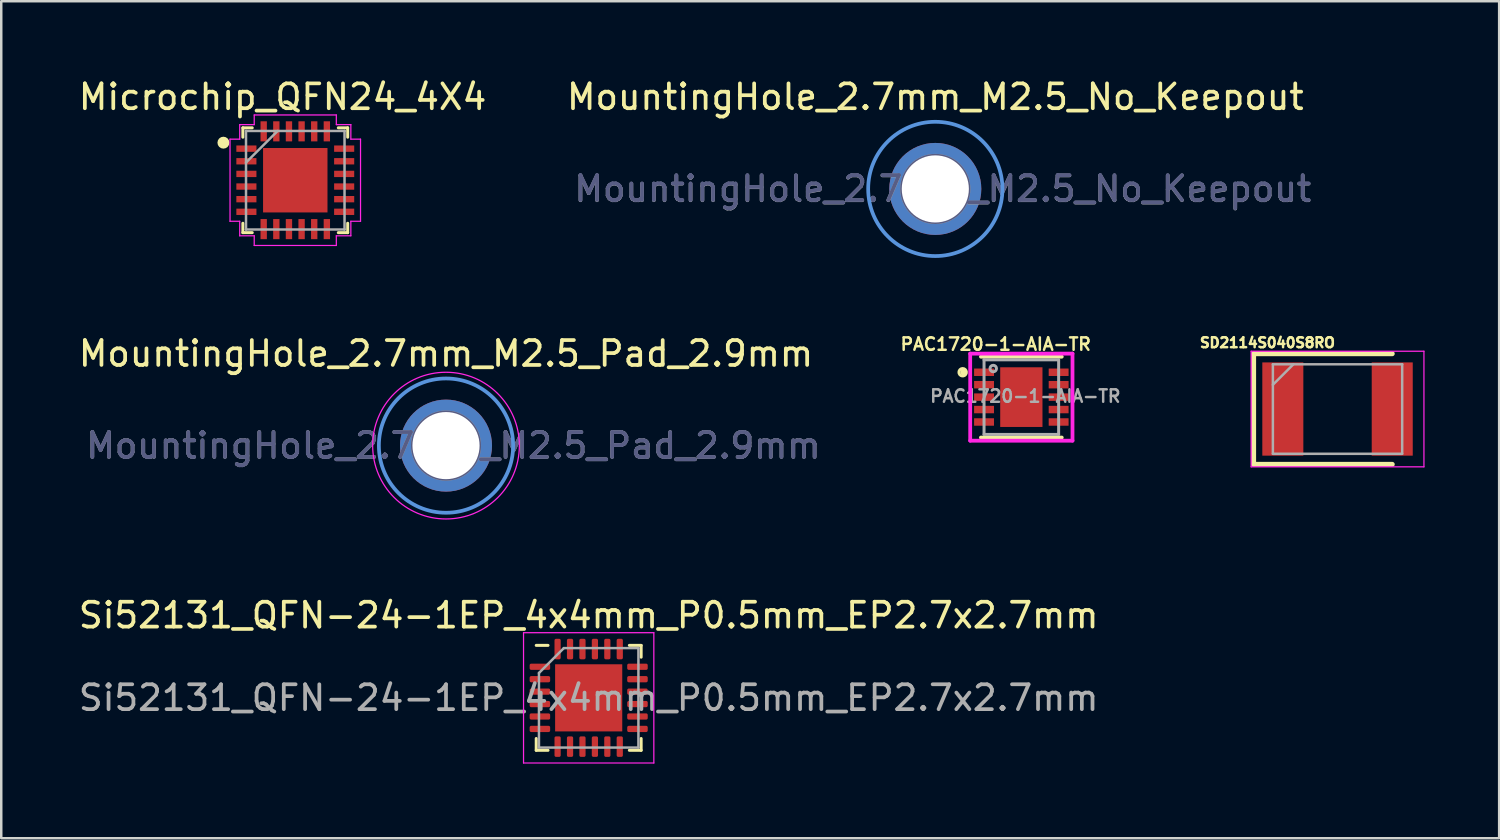
<source format=kicad_pcb>
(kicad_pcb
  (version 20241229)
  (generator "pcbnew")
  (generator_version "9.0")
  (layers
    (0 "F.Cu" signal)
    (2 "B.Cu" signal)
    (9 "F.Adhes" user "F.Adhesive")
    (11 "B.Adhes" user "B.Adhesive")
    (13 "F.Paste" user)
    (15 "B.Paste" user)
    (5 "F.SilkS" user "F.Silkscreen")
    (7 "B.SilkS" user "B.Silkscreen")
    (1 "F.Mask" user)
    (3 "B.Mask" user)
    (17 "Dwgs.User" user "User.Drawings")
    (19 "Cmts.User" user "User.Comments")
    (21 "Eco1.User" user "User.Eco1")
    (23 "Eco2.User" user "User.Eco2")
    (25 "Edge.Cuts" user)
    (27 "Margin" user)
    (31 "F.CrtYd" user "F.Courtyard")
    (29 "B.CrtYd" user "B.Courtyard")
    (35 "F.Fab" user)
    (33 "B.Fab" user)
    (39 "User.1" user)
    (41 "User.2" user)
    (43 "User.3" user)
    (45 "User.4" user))
  (footprint "MountingHole_2.7mm_M2.5_No_Keepout"
    (layer "F.Cu")
    (at 34.565 4.548)
    (property "Reference" "MountingHole_2.7mm_M2.5_No_Keepout" (at 0 -3.7 0) (layer "F.SilkS") (effects (font (size 1 1) (thickness 0.15))))
    (attr exclude_from_pos_files exclude_from_bom)
    (fp_circle (center 0 0) (end 2.7 0) (stroke (width 0.15) (type solid)) (fill no) (layer "Cmts.User"))
    (fp_circle (center 0 0) (end 2.7 0) (stroke (width 0.05) (type solid)) (fill no) (layer "F.CrtYd"))
    (fp_circle (center 0 0) (end 1.35 0) (stroke (width 0.12) (type solid)) (fill no) (layer "B.Fab"))
    (fp_circle (center 0 0) (end 1.35 0) (stroke (width 0.12) (type solid)) (fill no) (layer "F.Fab"))
    (fp_text user "${REFERENCE}" (at 0.3 -0.01 0) (layer "B.Fab") (effects (font (size 1 1) (thickness 0.15))))
    (fp_text user "${REFERENCE}" (at 0.3 0 0) (layer "F.Fab") (effects (font (size 1 1) (thickness 0.15))))
    (pad "1" thru_hole circle (at 0 0) (size 3.7 3.7) (drill 2.7) (layers "*.Cu" "*.Mask")))
  (footprint "SD2114S040S8RO"
    (layer "F.Cu")
    (at 50.741 13.4)
    (property "Reference" "SD2114S040S8RO" (at -2.819 -2.667 0) (layer "F.SilkS") (effects (font (size 0.4 0.4) (thickness 0.1))))
    (attr smd)
    (fp_line (start -3.375 -2.225) (end -3.375 2.225) (stroke (width 0.2) (type solid)) (layer "F.SilkS"))
    (fp_line (start -3.375 2.225) (end 2.2 2.225) (stroke (width 0.2) (type solid)) (layer "F.SilkS"))
    (fp_line (start 2.2 -2.225) (end -3.375 -2.225) (stroke (width 0.2) (type solid)) (layer "F.SilkS"))
    (fp_line (start -3.475 -2.325) (end 3.475 -2.325) (stroke (width 0.05) (type solid)) (layer "F.CrtYd"))
    (fp_line (start -3.475 2.325) (end -3.475 -2.325) (stroke (width 0.05) (type solid)) (layer "F.CrtYd"))
    (fp_line (start 3.475 -2.325) (end 3.475 2.325) (stroke (width 0.05) (type solid)) (layer "F.CrtYd"))
    (fp_line (start 3.475 2.325) (end -3.475 2.325) (stroke (width 0.05) (type solid)) (layer "F.CrtYd"))
    (fp_line (start -2.6 -1.8) (end 2.6 -1.8) (stroke (width 0.1) (type solid)) (layer "F.Fab"))
    (fp_line (start -2.6 -0.975) (end -1.775 -1.8) (stroke (width 0.1) (type solid)) (layer "F.Fab"))
    (fp_line (start -2.6 1.8) (end -2.6 -1.8) (stroke (width 0.1) (type solid)) (layer "F.Fab"))
    (fp_line (start 2.6 -1.8) (end 2.6 1.8) (stroke (width 0.1) (type solid)) (layer "F.Fab"))
    (fp_line (start 2.6 1.8) (end -2.6 1.8) (stroke (width 0.1) (type solid)) (layer "F.Fab"))
    (pad "1" smd rect (at -2.2 0) (size 1.65 3.75) (layers "F.Cu" "F.Mask" "F.Paste"))
    (pad "2" smd rect (at 2.2 0) (size 1.65 3.75) (layers "F.Cu" "F.Mask" "F.Paste")))
  (footprint "MountingHole_2.7mm_M2.5_Pad_2.9mm"
    (layer "F.Cu")
    (at 14.887 14.871)
    (property "Reference" "MountingHole_2.7mm_M2.5_Pad_2.9mm" (at 0 -3.7 0) (layer "F.SilkS") (effects (font (size 1 1) (thickness 0.15))))
    (attr exclude_from_pos_files exclude_from_bom)
    (fp_circle (center 0 0) (end 2.7 0) (stroke (width 0.15) (type solid)) (fill no) (layer "Cmts.User"))
    (fp_circle (center 0 0) (end 2.95 0) (stroke (width 0.05) (type solid)) (fill no) (layer "F.CrtYd"))
    (fp_circle (center 0 0) (end 1.35 0) (stroke (width 0.12) (type solid)) (fill no) (layer "B.Fab"))
    (fp_circle (center 0 0) (end 1.35 0) (stroke (width 0.12) (type solid)) (fill no) (layer "F.Fab"))
    (fp_text user "${REFERENCE}" (at 0.3 0 0) (layer "B.Fab") (effects (font (size 1 1) (thickness 0.15))))
    (fp_text user "${REFERENCE}" (at 0.3 0 0) (layer "F.Fab") (effects (font (size 1 1) (thickness 0.15))))
    (pad "1" thru_hole circle (at 0 0) (size 3.7 3.7) (drill 2.7) (layers "*.Cu" "*.Mask")))
  (footprint "PAC1720-1-AIA-TR"
    (layer "F.Cu")
    (at 38.025 12.921)
    (property "Reference" "PAC1720-1-AIA-TR" (at -1.03 -2.13 0) (layer "F.SilkS") (effects (font (size 0.5 0.5) (thickness 0.1))))
    (attr smd)
    (fp_line (start -1.626 1.626) (end 1.626 1.626) (stroke (width 0.152) (type solid)) (layer "F.SilkS"))
    (fp_line (start 1.626 -1.626) (end -1.626 -1.626) (stroke (width 0.152) (type solid)) (layer "F.SilkS"))
    (fp_arc (start -2.273981 -0.877115) (mid -2.464314 -1.10779) (end -2.24 -0.91) (stroke (width 0.12) (type solid)) (layer "F.SilkS"))
    (fp_circle (center -2.34 -1) (end -2.28 -1) (stroke (width 0.12) (type solid)) (fill no) (layer "F.SilkS"))
    (fp_line (start -2.057 -1.75) (end 2.057 -1.75) (stroke (width 0.152) (type solid)) (layer "F.CrtYd"))
    (fp_line (start -2.057 1.75) (end -2.057 -1.75) (stroke (width 0.152) (type solid)) (layer "F.CrtYd"))
    (fp_line (start 2.057 -1.75) (end 2.057 1.75) (stroke (width 0.152) (type solid)) (layer "F.CrtYd"))
    (fp_line (start 2.057 1.753) (end -2.057 1.753) (stroke (width 0.152) (type solid)) (layer "F.CrtYd"))
    (fp_line (start -1.5 -1.5) (end 1.5 -1.5) (stroke (width 0.12) (type solid)) (layer "F.Fab"))
    (fp_line (start -1.5 1.5) (end -1.5 -1.5) (stroke (width 0.12) (type solid)) (layer "F.Fab"))
    (fp_line (start 1.5 -1.5) (end 1.5 1.5) (stroke (width 0.12) (type solid)) (layer "F.Fab"))
    (fp_line (start 1.5 1.5) (end -1.5 1.5) (stroke (width 0.12) (type solid)) (layer "F.Fab"))
    (fp_circle (center -1.13 -1.15) (end -1.02 -1.08) (stroke (width 0.12) (type solid)) (fill no) (layer "F.Fab"))
    (fp_text user "${REFERENCE}" (at 0.16 -0.04 0) (layer "F.Fab") (effects (font (size 0.5 0.5) (thickness 0.1))))
    (pad "1" smd rect (at -1.5 -1) (size 0.8 0.3) (layers "F.Cu" "F.Mask" "F.Paste"))
    (pad "2" smd rect (at -1.5 -0.5) (size 0.8 0.3) (layers "F.Cu" "F.Mask" "F.Paste"))
    (pad "3" smd rect (at -1.5 0) (size 0.8 0.3) (layers "F.Cu" "F.Mask" "F.Paste"))
    (pad "4" smd rect (at -1.5 0.5) (size 0.8 0.3) (layers "F.Cu" "F.Mask" "F.Paste"))
    (pad "5" smd rect (at -1.5 1) (size 0.8 0.3) (layers "F.Cu" "F.Mask" "F.Paste"))
    (pad "6" smd rect (at 1.5 1) (size 0.8 0.3) (layers "F.Cu" "F.Mask" "F.Paste"))
    (pad "7" smd rect (at 1.5 0.5) (size 0.8 0.3) (layers "F.Cu" "F.Mask" "F.Paste"))
    (pad "8" smd rect (at 1.5 0) (size 0.8 0.3) (layers "F.Cu" "F.Mask" "F.Paste"))
    (pad "9" smd rect (at 1.5 -0.5) (size 0.8 0.3) (layers "F.Cu" "F.Mask" "F.Paste"))
    (pad "10" smd rect (at 1.5 -1) (size 0.8 0.3) (layers "F.Cu" "F.Mask" "F.Paste"))
    (pad "11" smd rect (at 0 0) (size 1.7 2.4) (layers "F.Cu" "F.Mask" "F.Paste")))
  (footprint "Microchip_QFN24_4X4"
    (layer "F.Cu")
    (at 8.825 4.198)
    (property "Reference" "Microchip_QFN24_4X4" (at -0.51 -3.35 0) (layer "F.SilkS") (effects (font (size 1 1) (thickness 0.15))))
    (attr through_hole)
    (fp_line (start -2.108 -2.108) (end -2.108 -1.73) (stroke (width 0.12) (type solid)) (layer "F.SilkS"))
    (fp_line (start -2.108 1.73) (end -2.108 2.108) (stroke (width 0.12) (type solid)) (layer "F.SilkS"))
    (fp_line (start -2.108 2.108) (end -1.73 2.108) (stroke (width 0.12) (type solid)) (layer "F.SilkS"))
    (fp_line (start -1.73 -2.108) (end -2.108 -2.108) (stroke (width 0.12) (type solid)) (layer "F.SilkS"))
    (fp_line (start 1.73 2.108) (end 2.108 2.108) (stroke (width 0.12) (type solid)) (layer "F.SilkS"))
    (fp_line (start 2.108 -2.108) (end 1.73 -2.108) (stroke (width 0.12) (type solid)) (layer "F.SilkS"))
    (fp_line (start 2.108 -1.73) (end 2.108 -2.108) (stroke (width 0.12) (type solid)) (layer "F.SilkS"))
    (fp_line (start 2.108 2.108) (end 2.108 1.73) (stroke (width 0.12) (type solid)) (layer "F.SilkS"))
    (fp_circle (center -2.89 -1.51) (end -2.77 -1.51) (stroke (width 0.24) (type default)) (fill no) (layer "F.SilkS"))
    (fp_poly (pts (xy -1.195 -1.195) (xy -1.195 -0.1) (xy -0.1 -0.1) (xy -0.1 -1.195)) (stroke (width 0.1) (type solid)) (fill yes) (layer "F.Paste"))
    (fp_poly (pts (xy -1.195 0.1) (xy -1.195 1.195) (xy -0.1 1.195) (xy -0.1 0.1)) (stroke (width 0.1) (type solid)) (fill yes) (layer "F.Paste"))
    (fp_poly (pts (xy 0.1 -1.195) (xy 0.1 -0.1) (xy 1.195 -0.1) (xy 1.195 -1.195)) (stroke (width 0.1) (type solid)) (fill yes) (layer "F.Paste"))
    (fp_poly (pts (xy 0.1 0.1) (xy 0.1 1.195) (xy 1.195 1.195) (xy 1.195 0.1)) (stroke (width 0.1) (type solid)) (fill yes) (layer "F.Paste"))
    (fp_line (start -2.624 -1.651) (end -2.235 -1.651) (stroke (width 0.05) (type solid)) (layer "F.CrtYd"))
    (fp_line (start -2.624 1.651) (end -2.624 -1.651) (stroke (width 0.05) (type solid)) (layer "F.CrtYd"))
    (fp_line (start -2.235 -2.235) (end -1.651 -2.235) (stroke (width 0.05) (type solid)) (layer "F.CrtYd"))
    (fp_line (start -2.235 -1.651) (end -2.235 -2.235) (stroke (width 0.05) (type solid)) (layer "F.CrtYd"))
    (fp_line (start -2.235 1.651) (end -2.624 1.651) (stroke (width 0.05) (type solid)) (layer "F.CrtYd"))
    (fp_line (start -2.235 2.235) (end -2.235 1.651) (stroke (width 0.05) (type solid)) (layer "F.CrtYd"))
    (fp_line (start -1.651 -2.624) (end 1.651 -2.624) (stroke (width 0.05) (type solid)) (layer "F.CrtYd"))
    (fp_line (start -1.651 -2.235) (end -1.651 -2.624) (stroke (width 0.05) (type solid)) (layer "F.CrtYd"))
    (fp_line (start -1.651 2.235) (end -2.235 2.235) (stroke (width 0.05) (type solid)) (layer "F.CrtYd"))
    (fp_line (start -1.651 2.624) (end -1.651 2.235) (stroke (width 0.05) (type solid)) (layer "F.CrtYd"))
    (fp_line (start 1.651 -2.624) (end 1.651 -2.235) (stroke (width 0.05) (type solid)) (layer "F.CrtYd"))
    (fp_line (start 1.651 -2.235) (end 2.235 -2.235) (stroke (width 0.05) (type solid)) (layer "F.CrtYd"))
    (fp_line (start 1.651 2.235) (end 1.651 2.624) (stroke (width 0.05) (type solid)) (layer "F.CrtYd"))
    (fp_line (start 1.651 2.624) (end -1.651 2.624) (stroke (width 0.05) (type solid)) (layer "F.CrtYd"))
    (fp_line (start 2.235 -2.235) (end 2.235 -1.651) (stroke (width 0.05) (type solid)) (layer "F.CrtYd"))
    (fp_line (start 2.235 -1.651) (end 2.624 -1.651) (stroke (width 0.05) (type solid)) (layer "F.CrtYd"))
    (fp_line (start 2.235 1.651) (end 2.235 2.235) (stroke (width 0.05) (type solid)) (layer "F.CrtYd"))
    (fp_line (start 2.235 2.235) (end 1.651 2.235) (stroke (width 0.05) (type solid)) (layer "F.CrtYd"))
    (fp_line (start 2.624 -1.651) (end 2.624 1.651) (stroke (width 0.05) (type solid)) (layer "F.CrtYd"))
    (fp_line (start 2.624 1.651) (end 2.235 1.651) (stroke (width 0.05) (type solid)) (layer "F.CrtYd"))
    (fp_line (start -1.981 -1.981) (end -1.981 -1.981) (stroke (width 0.1) (type solid)) (layer "F.Fab"))
    (fp_line (start -1.981 -1.981) (end -1.981 1.981) (stroke (width 0.1) (type solid)) (layer "F.Fab"))
    (fp_line (start -1.981 -0.711) (end -0.711 -1.981) (stroke (width 0.1) (type solid)) (layer "F.Fab"))
    (fp_line (start -1.981 1.981) (end -1.981 1.981) (stroke (width 0.1) (type solid)) (layer "F.Fab"))
    (fp_line (start -1.981 1.981) (end 1.981 1.981) (stroke (width 0.1) (type solid)) (layer "F.Fab"))
    (fp_line (start 1.981 -1.981) (end -1.981 -1.981) (stroke (width 0.1) (type solid)) (layer "F.Fab"))
    (fp_line (start 1.981 -1.981) (end 1.981 -1.981) (stroke (width 0.1) (type solid)) (layer "F.Fab"))
    (fp_line (start 1.981 1.981) (end 1.981 -1.981) (stroke (width 0.1) (type solid)) (layer "F.Fab"))
    (fp_line (start 1.981 1.981) (end 1.981 1.981) (stroke (width 0.1) (type solid)) (layer "F.Fab"))
    (pad "1" smd rect (at -1.966 -1.27 90) (size 0.255 0.808) (layers "F.Cu" "F.Mask" "F.Paste"))
    (pad "2" smd rect (at -1.966 -0.762 90) (size 0.255 0.808) (layers "F.Cu" "F.Mask" "F.Paste"))
    (pad "3" smd rect (at -1.966 -0.254 90) (size 0.255 0.808) (layers "F.Cu" "F.Mask" "F.Paste"))
    (pad "4" smd rect (at -1.966 0.254 90) (size 0.255 0.808) (layers "F.Cu" "F.Mask" "F.Paste"))
    (pad "5" smd rect (at -1.966 0.762 90) (size 0.255 0.808) (layers "F.Cu" "F.Mask" "F.Paste"))
    (pad "6" smd rect (at -1.966 1.27 90) (size 0.255 0.808) (layers "F.Cu" "F.Mask" "F.Paste"))
    (pad "7" smd rect (at -1.27 1.966) (size 0.255 0.808) (layers "F.Cu" "F.Mask" "F.Paste"))
    (pad "8" smd rect (at -0.762 1.966) (size 0.255 0.808) (layers "F.Cu" "F.Mask" "F.Paste"))
    (pad "9" smd rect (at -0.254 1.966) (size 0.255 0.808) (layers "F.Cu" "F.Mask" "F.Paste"))
    (pad "10" smd rect (at 0.254 1.966) (size 0.255 0.808) (layers "F.Cu" "F.Mask" "F.Paste"))
    (pad "11" smd rect (at 0.762 1.966) (size 0.255 0.808) (layers "F.Cu" "F.Mask" "F.Paste"))
    (pad "12" smd rect (at 1.27 1.966) (size 0.255 0.808) (layers "F.Cu" "F.Mask" "F.Paste"))
    (pad "13" smd rect (at 1.966 1.27 90) (size 0.255 0.808) (layers "F.Cu" "F.Mask" "F.Paste"))
    (pad "14" smd rect (at 1.966 0.762 90) (size 0.255 0.808) (layers "F.Cu" "F.Mask" "F.Paste"))
    (pad "15" smd rect (at 1.966 0.254 90) (size 0.255 0.808) (layers "F.Cu" "F.Mask" "F.Paste"))
    (pad "16" smd rect (at 1.966 -0.254 90) (size 0.255 0.808) (layers "F.Cu" "F.Mask" "F.Paste"))
    (pad "17" smd rect (at 1.966 -0.762 90) (size 0.255 0.808) (layers "F.Cu" "F.Mask" "F.Paste"))
    (pad "18" smd rect (at 1.966 -1.27 90) (size 0.255 0.808) (layers "F.Cu" "F.Mask" "F.Paste"))
    (pad "19" smd rect (at 1.27 -1.966) (size 0.255 0.808) (layers "F.Cu" "F.Mask" "F.Paste"))
    (pad "20" smd rect (at 0.762 -1.966) (size 0.255 0.808) (layers "F.Cu" "F.Mask" "F.Paste"))
    (pad "21" smd rect (at 0.254 -1.966) (size 0.255 0.808) (layers "F.Cu" "F.Mask" "F.Paste"))
    (pad "22" smd rect (at -0.254 -1.966) (size 0.255 0.808) (layers "F.Cu" "F.Mask" "F.Paste"))
    (pad "23" smd rect (at -0.762 -1.966) (size 0.255 0.808) (layers "F.Cu" "F.Mask" "F.Paste"))
    (pad "24" smd rect (at -1.27 -1.966) (size 0.255 0.808) (layers "F.Cu" "F.Mask" "F.Paste"))
    (pad "25" smd rect (at 0 0) (size 2.591 2.591) (layers "F.Cu" "F.Mask")))
  (footprint "Si52131_QFN-24-1EP_4x4mm_P0.5mm_EP2.7x2.7mm"
    (layer "F.Cu")
    (at 20.625 25.015)
    (property "Reference" "Si52131_QFN-24-1EP_4x4mm_P0.5mm_EP2.7x2.7mm" (at 0 -3.32 0) (layer "F.SilkS") (effects (font (size 1 1) (thickness 0.15))))
    (attr smd)
    (fp_line (start -2.11 2.11) (end -2.11 1.635) (stroke (width 0.12) (type solid)) (layer "F.SilkS"))
    (fp_line (start -1.635 -2.11) (end -2.11 -2.11) (stroke (width 0.12) (type solid)) (layer "F.SilkS"))
    (fp_line (start -1.635 2.11) (end -2.11 2.11) (stroke (width 0.12) (type solid)) (layer "F.SilkS"))
    (fp_line (start 1.635 -2.11) (end 2.11 -2.11) (stroke (width 0.12) (type solid)) (layer "F.SilkS"))
    (fp_line (start 1.635 2.11) (end 2.11 2.11) (stroke (width 0.12) (type solid)) (layer "F.SilkS"))
    (fp_line (start 2.11 -2.11) (end 2.11 -1.635) (stroke (width 0.12) (type solid)) (layer "F.SilkS"))
    (fp_line (start 2.11 2.11) (end 2.11 1.635) (stroke (width 0.12) (type solid)) (layer "F.SilkS"))
    (fp_line (start -2.62 -2.62) (end -2.62 2.62) (stroke (width 0.05) (type solid)) (layer "F.CrtYd"))
    (fp_line (start -2.62 2.62) (end 2.62 2.62) (stroke (width 0.05) (type solid)) (layer "F.CrtYd"))
    (fp_line (start 2.62 -2.62) (end -2.62 -2.62) (stroke (width 0.05) (type solid)) (layer "F.CrtYd"))
    (fp_line (start 2.62 2.62) (end 2.62 -2.62) (stroke (width 0.05) (type solid)) (layer "F.CrtYd"))
    (fp_line (start -2 -1) (end -1 -2) (stroke (width 0.1) (type solid)) (layer "F.Fab"))
    (fp_line (start -2 2) (end -2 -1) (stroke (width 0.1) (type solid)) (layer "F.Fab"))
    (fp_line (start -1 -2) (end 2 -2) (stroke (width 0.1) (type solid)) (layer "F.Fab"))
    (fp_line (start 2 -2) (end 2 2) (stroke (width 0.1) (type solid)) (layer "F.Fab"))
    (fp_line (start 2 2) (end -2 2) (stroke (width 0.1) (type solid)) (layer "F.Fab"))
    (fp_text user "${REFERENCE}" (at 0 0 0) (layer "F.Fab") (effects (font (size 1 1) (thickness 0.15))))
    (pad "" smd roundrect (at -0.675 -0.675) (size 1.09 1.09) (layers "F.Paste") (roundrect_rratio 0.229))
    (pad "" smd roundrect (at -0.675 0.675) (size 1.09 1.09) (layers "F.Paste") (roundrect_rratio 0.229))
    (pad "" smd roundrect (at 0.675 -0.675) (size 1.09 1.09) (layers "F.Paste") (roundrect_rratio 0.229))
    (pad "" smd roundrect (at 0.675 0.675) (size 1.09 1.09) (layers "F.Paste") (roundrect_rratio 0.229))
    (pad "1" smd roundrect (at -1.962 -1.25) (size 0.825 0.25) (layers "F.Cu" "F.Mask" "F.Paste") (roundrect_rratio 0.25))
    (pad "2" smd roundrect (at -1.962 -0.75) (size 0.825 0.25) (layers "F.Cu" "F.Mask" "F.Paste") (roundrect_rratio 0.25))
    (pad "3" smd roundrect (at -1.962 -0.25) (size 0.825 0.25) (layers "F.Cu" "F.Mask" "F.Paste") (roundrect_rratio 0.25))
    (pad "4" smd roundrect (at -1.962 0.25) (size 0.825 0.25) (layers "F.Cu" "F.Mask" "F.Paste") (roundrect_rratio 0.25))
    (pad "5" smd roundrect (at -1.962 0.75) (size 0.825 0.25) (layers "F.Cu" "F.Mask" "F.Paste") (roundrect_rratio 0.25))
    (pad "6" smd roundrect (at -1.962 1.25) (size 0.825 0.25) (layers "F.Cu" "F.Mask" "F.Paste") (roundrect_rratio 0.25))
    (pad "7" smd roundrect (at -1.25 1.962) (size 0.25 0.825) (layers "F.Cu" "F.Mask" "F.Paste") (roundrect_rratio 0.25))
    (pad "8" smd roundrect (at -0.75 1.962) (size 0.25 0.825) (layers "F.Cu" "F.Mask" "F.Paste") (roundrect_rratio 0.25))
    (pad "9" smd roundrect (at -0.25 1.962) (size 0.25 0.825) (layers "F.Cu" "F.Mask" "F.Paste") (roundrect_rratio 0.25))
    (pad "10" smd roundrect (at 0.25 1.962) (size 0.25 0.825) (layers "F.Cu" "F.Mask" "F.Paste") (roundrect_rratio 0.25))
    (pad "11" smd roundrect (at 0.75 1.962) (size 0.25 0.825) (layers "F.Cu" "F.Mask" "F.Paste") (roundrect_rratio 0.25))
    (pad "12" smd roundrect (at 1.25 1.962) (size 0.25 0.825) (layers "F.Cu" "F.Mask" "F.Paste") (roundrect_rratio 0.25))
    (pad "13" smd roundrect (at 1.962 1.25) (size 0.825 0.25) (layers "F.Cu" "F.Mask" "F.Paste") (roundrect_rratio 0.25))
    (pad "14" smd roundrect (at 1.962 0.75) (size 0.825 0.25) (layers "F.Cu" "F.Mask" "F.Paste") (roundrect_rratio 0.25))
    (pad "15" smd roundrect (at 1.962 0.25) (size 0.825 0.25) (layers "F.Cu" "F.Mask" "F.Paste") (roundrect_rratio 0.25))
    (pad "16" smd roundrect (at 1.962 -0.25) (size 0.825 0.25) (layers "F.Cu" "F.Mask" "F.Paste") (roundrect_rratio 0.25))
    (pad "17" smd roundrect (at 1.962 -0.75) (size 0.825 0.25) (layers "F.Cu" "F.Mask" "F.Paste") (roundrect_rratio 0.25))
    (pad "18" smd roundrect (at 1.962 -1.25) (size 0.825 0.25) (layers "F.Cu" "F.Mask" "F.Paste") (roundrect_rratio 0.25))
    (pad "19" smd roundrect (at 1.25 -1.962) (size 0.25 0.825) (layers "F.Cu" "F.Mask" "F.Paste") (roundrect_rratio 0.25))
    (pad "20" smd roundrect (at 0.75 -1.962) (size 0.25 0.825) (layers "F.Cu" "F.Mask" "F.Paste") (roundrect_rratio 0.25))
    (pad "21" smd roundrect (at 0.25 -1.962) (size 0.25 0.825) (layers "F.Cu" "F.Mask" "F.Paste") (roundrect_rratio 0.25))
    (pad "22" smd roundrect (at -0.25 -1.962) (size 0.25 0.825) (layers "F.Cu" "F.Mask" "F.Paste") (roundrect_rratio 0.25))
    (pad "23" smd roundrect (at -0.75 -1.962) (size 0.25 0.825) (layers "F.Cu" "F.Mask" "F.Paste") (roundrect_rratio 0.25))
    (pad "24" smd roundrect (at -1.25 -1.962) (size 0.25 0.825) (layers "F.Cu" "F.Mask" "F.Paste") (roundrect_rratio 0.25))
    (pad "25" smd rect (at 0 0) (size 2.7 2.7) (layers "F.Cu" "F.Mask")))
  (gr_rect
    (start -3 -3)
    (end 57.241 30.66)
    (stroke (width 0.1) (type default))
    (fill no)
    (layer "Edge.Cuts")))
</source>
